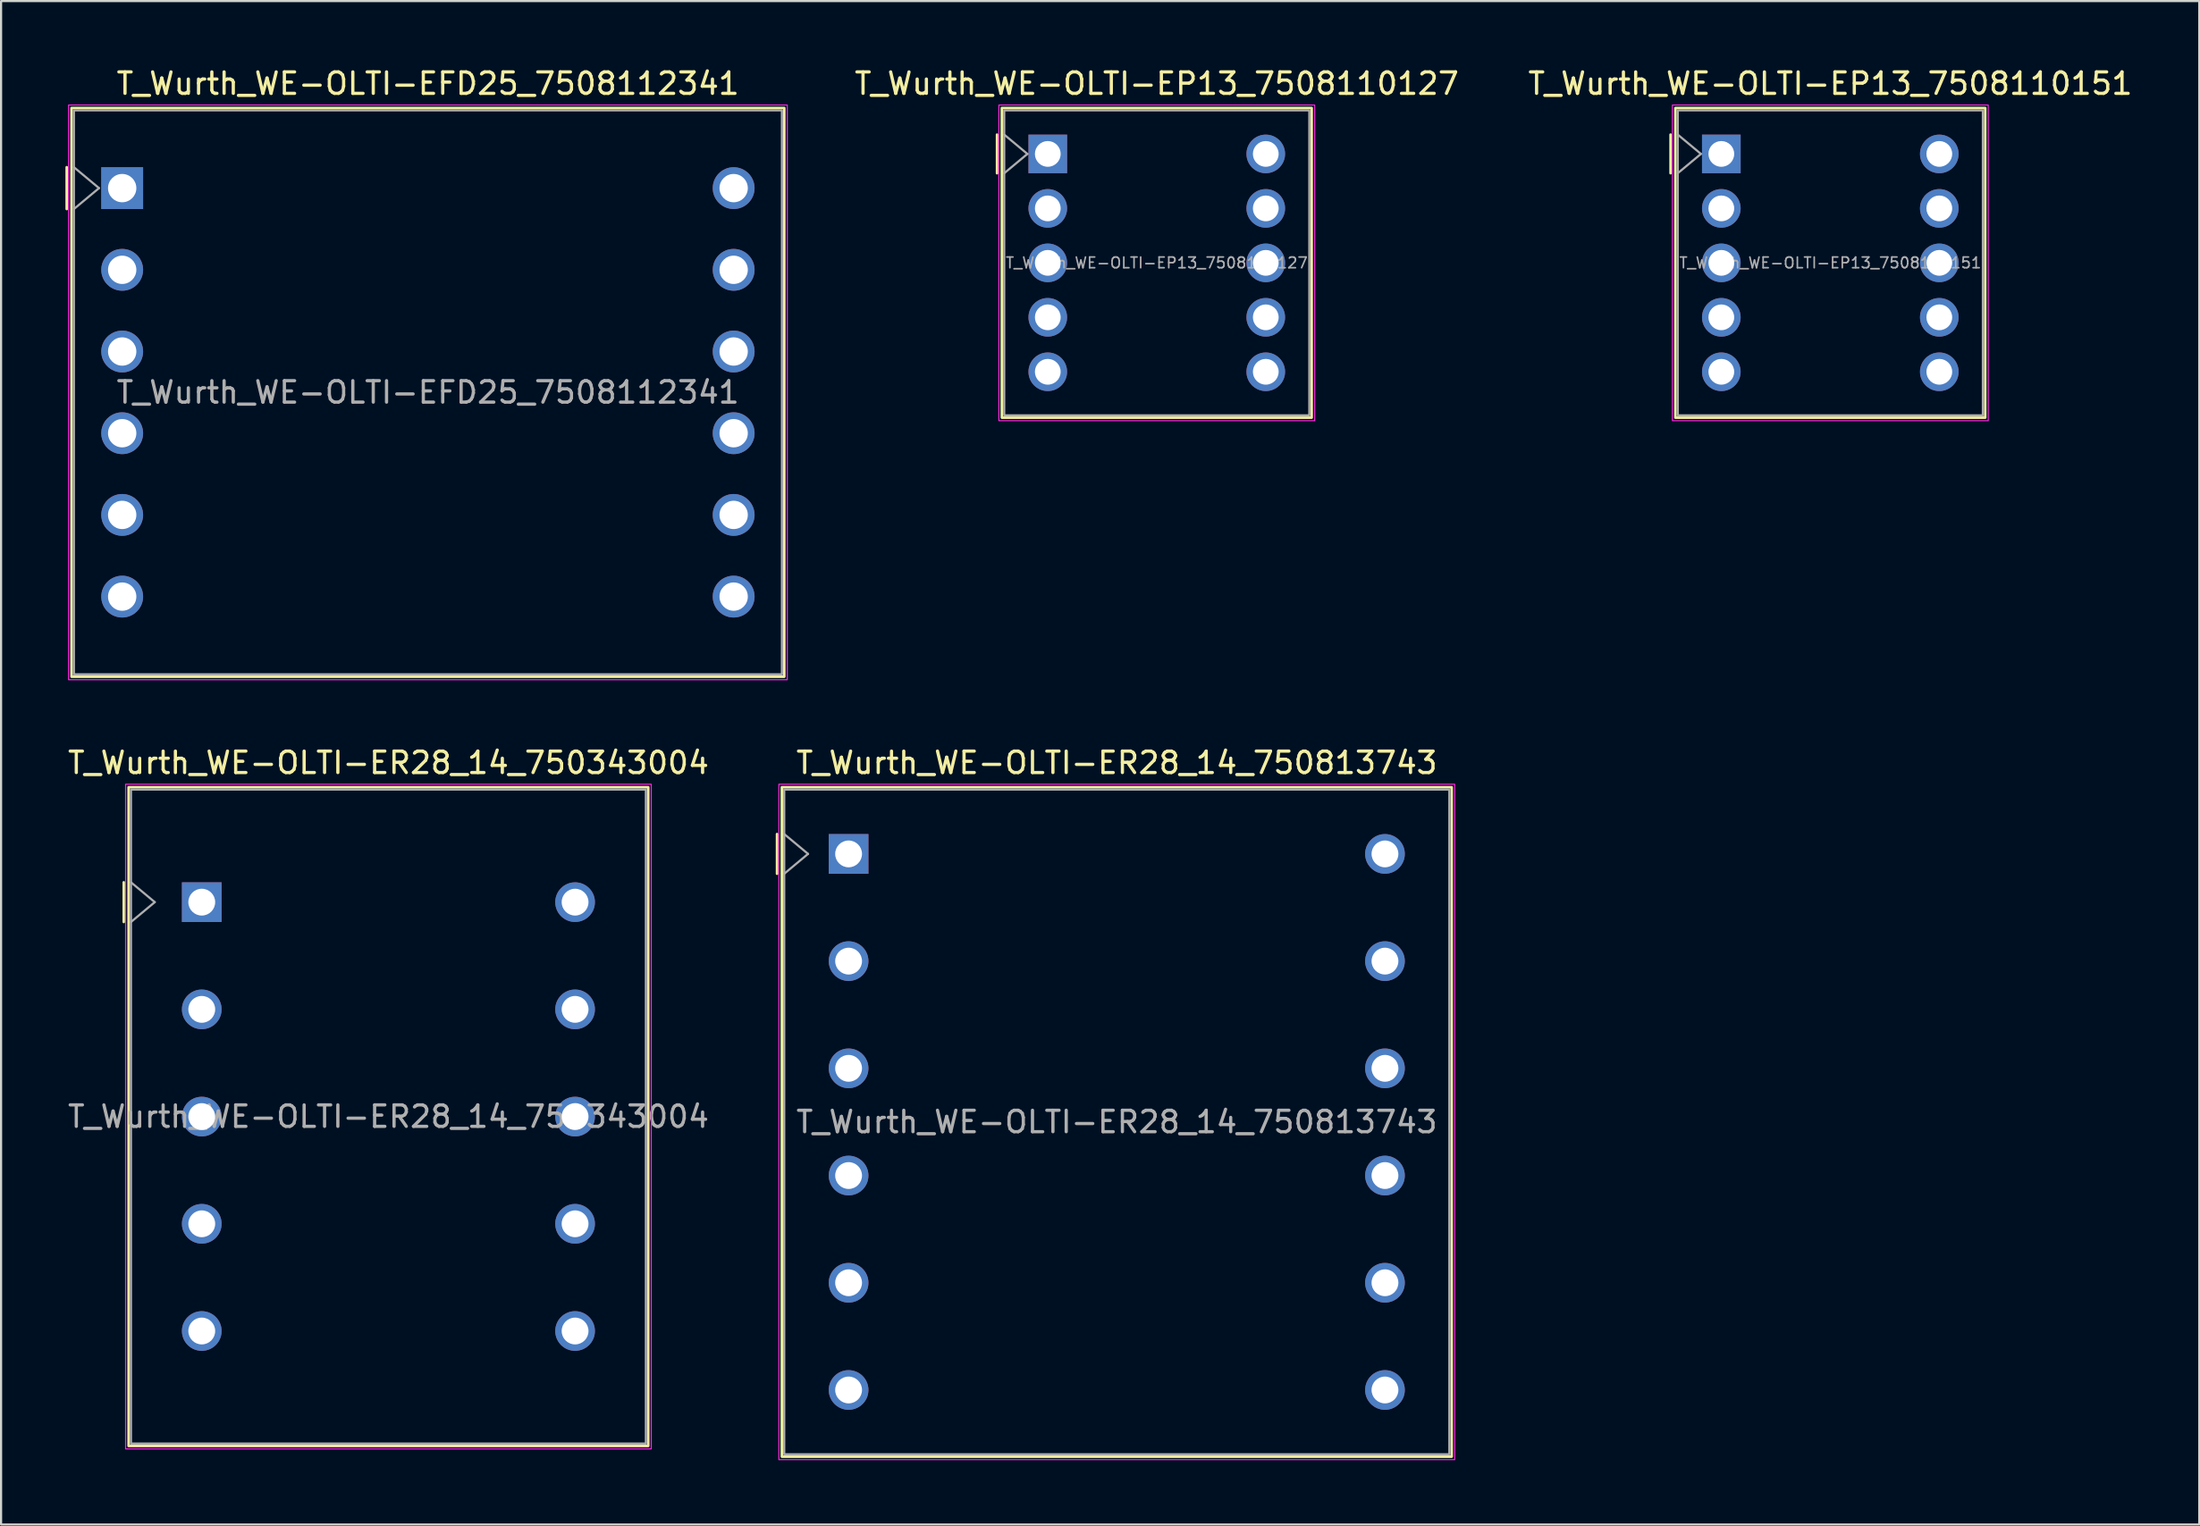
<source format=kicad_pcb>
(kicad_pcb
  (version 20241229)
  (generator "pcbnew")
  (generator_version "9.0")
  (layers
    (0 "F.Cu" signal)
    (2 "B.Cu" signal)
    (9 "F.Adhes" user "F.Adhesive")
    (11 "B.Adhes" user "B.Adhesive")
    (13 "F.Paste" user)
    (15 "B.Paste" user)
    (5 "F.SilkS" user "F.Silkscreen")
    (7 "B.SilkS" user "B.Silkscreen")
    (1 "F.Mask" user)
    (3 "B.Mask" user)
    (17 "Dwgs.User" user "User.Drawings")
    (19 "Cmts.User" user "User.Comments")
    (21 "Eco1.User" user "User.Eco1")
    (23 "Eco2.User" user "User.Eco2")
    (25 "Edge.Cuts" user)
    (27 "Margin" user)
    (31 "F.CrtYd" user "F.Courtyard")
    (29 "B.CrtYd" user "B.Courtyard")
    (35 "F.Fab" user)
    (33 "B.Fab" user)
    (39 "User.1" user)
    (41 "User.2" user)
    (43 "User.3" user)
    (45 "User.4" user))
  (footprint "T_Wurth_WE-OLTI-ER28_14_750343004"
    (layer "F.Cu")
    (at 6.354 39.022)
    (property "Reference" "T_Wurth_WE-OLTI-ER28_14_750343004" (at 8.7 -6.5 0) (unlocked yes) (layer "F.SilkS") (effects (font (size 1 1) (thickness 0.15))))
    (attr smd)
    (fp_line (start -3.635 -0.925) (end -3.635 0.925) (stroke (width 0.12) (type solid)) (layer "F.SilkS"))
    (fp_rect (start -3.41 -5.36) (end 20.81 25.36) (stroke (width 0.12) (type solid)) (fill no) (layer "F.SilkS"))
    (fp_rect (start -3.55 -5.5) (end 20.95 25.5) (stroke (width 0.05) (type solid)) (fill no) (layer "F.CrtYd"))
    (fp_line (start -3.3 -0.925) (end -2.19 0) (stroke (width 0.1) (type solid)) (layer "F.Fab"))
    (fp_line (start -3.3 0.925) (end -2.19 0) (stroke (width 0.1) (type solid)) (layer "F.Fab"))
    (fp_rect (start -3.3 -5.25) (end 20.7 25.25) (stroke (width 0.1) (type solid)) (fill no) (layer "F.Fab"))
    (fp_text user "${REFERENCE}" (at 8.7 10 0) (unlocked yes) (layer "F.Fab") (effects (font (size 1 1) (thickness 0.15))))
    (pad "1" thru_hole rect (at 0 0) (size 1.85 1.85) (drill 1.25) (layers "*.Cu" "*.Mask"))
    (pad "2" thru_hole circle (at 0 5) (size 1.85 1.85) (drill 1.25) (layers "*.Cu" "*.Mask"))
    (pad "3" thru_hole circle (at 0 10) (size 1.85 1.85) (drill 1.25) (layers "*.Cu" "*.Mask"))
    (pad "4" thru_hole circle (at 0 15) (size 1.85 1.85) (drill 1.25) (layers "*.Cu" "*.Mask"))
    (pad "5" thru_hole circle (at 0 20) (size 1.85 1.85) (drill 1.25) (layers "*.Cu" "*.Mask"))
    (pad "6" thru_hole circle (at 17.4 20) (size 1.85 1.85) (drill 1.25) (layers "*.Cu" "*.Mask"))
    (pad "7" thru_hole circle (at 17.4 15) (size 1.85 1.85) (drill 1.25) (layers "*.Cu" "*.Mask"))
    (pad "8" thru_hole circle (at 17.4 10) (size 1.85 1.85) (drill 1.25) (layers "*.Cu" "*.Mask"))
    (pad "9" thru_hole circle (at 17.4 5) (size 1.85 1.85) (drill 1.25) (layers "*.Cu" "*.Mask"))
    (pad "10" thru_hole circle (at 17.4 0) (size 1.85 1.85) (drill 1.25) (layers "*.Cu" "*.Mask")))
  (footprint "T_Wurth_WE-OLTI-EP13_7508110151"
    (layer "F.Cu")
    (at 77.179 4.128)
    (property "Reference" "T_Wurth_WE-OLTI-EP13_7508110151" (at 5.08 -3.28 0) (unlocked yes) (layer "F.SilkS") (effects (font (size 1 1) (thickness 0.15))))
    (attr smd)
    (fp_line (start -2.365 -0.9) (end -2.365 0.9) (stroke (width 0.12) (type solid)) (layer "F.SilkS"))
    (fp_rect (start -2.14 -2.14) (end 12.3 12.3) (stroke (width 0.12) (type solid)) (fill no) (layer "F.SilkS"))
    (fp_rect (start -2.28 -2.28) (end 12.44 12.44) (stroke (width 0.05) (type solid)) (fill no) (layer "F.CrtYd"))
    (fp_line (start -2.03 -0.9) (end -0.95 0) (stroke (width 0.1) (type solid)) (layer "F.Fab"))
    (fp_line (start -2.03 0.9) (end -0.95 0) (stroke (width 0.1) (type solid)) (layer "F.Fab"))
    (fp_rect (start -2.03 -2.03) (end 12.19 12.19) (stroke (width 0.1) (type solid)) (fill no) (layer "F.Fab"))
    (fp_text user "${REFERENCE}" (at 5.08 5.08 0) (unlocked yes) (layer "F.Fab") (effects (font (size 0.5 0.5) (thickness 0.075))))
    (pad "1" thru_hole rect (at 0 0) (size 1.8 1.8) (drill 1.2) (layers "*.Cu" "*.Mask"))
    (pad "2" thru_hole circle (at 0 2.54) (size 1.8 1.8) (drill 1.2) (layers "*.Cu" "*.Mask"))
    (pad "3" thru_hole circle (at 0 5.08) (size 1.8 1.8) (drill 1.2) (layers "*.Cu" "*.Mask"))
    (pad "4" thru_hole circle (at 0 7.62) (size 1.8 1.8) (drill 1.2) (layers "*.Cu" "*.Mask"))
    (pad "5" thru_hole circle (at 0 10.16) (size 1.8 1.8) (drill 1.2) (layers "*.Cu" "*.Mask"))
    (pad "6" thru_hole circle (at 10.16 0) (size 1.8 1.8) (drill 1.2) (layers "*.Cu" "*.Mask"))
    (pad "7" thru_hole circle (at 10.16 2.54) (size 1.8 1.8) (drill 1.2) (layers "*.Cu" "*.Mask"))
    (pad "8" thru_hole circle (at 10.16 5.08) (size 1.8 1.8) (drill 1.2) (layers "*.Cu" "*.Mask"))
    (pad "9" thru_hole circle (at 10.16 7.62) (size 1.8 1.8) (drill 1.2) (layers "*.Cu" "*.Mask"))
    (pad "10" thru_hole circle (at 10.16 10.16) (size 1.8 1.8) (drill 1.2) (layers "*.Cu" "*.Mask")))
  (footprint "T_Wurth_WE-OLTI-EP13_7508110127"
    (layer "F.Cu")
    (at 45.786 4.128)
    (property "Reference" "T_Wurth_WE-OLTI-EP13_7508110127" (at 5.08 -3.28 0) (unlocked yes) (layer "F.SilkS") (effects (font (size 1 1) (thickness 0.15))))
    (attr smd)
    (fp_line (start -2.365 -0.9) (end -2.365 0.9) (stroke (width 0.12) (type solid)) (layer "F.SilkS"))
    (fp_rect (start -2.14 -2.14) (end 12.3 12.3) (stroke (width 0.12) (type solid)) (fill no) (layer "F.SilkS"))
    (fp_rect (start -2.28 -2.28) (end 12.44 12.44) (stroke (width 0.05) (type solid)) (fill no) (layer "F.CrtYd"))
    (fp_line (start -2.03 -0.9) (end -0.95 0) (stroke (width 0.1) (type solid)) (layer "F.Fab"))
    (fp_line (start -2.03 0.9) (end -0.95 0) (stroke (width 0.1) (type solid)) (layer "F.Fab"))
    (fp_rect (start -2.03 -2.03) (end 12.19 12.19) (stroke (width 0.1) (type solid)) (fill no) (layer "F.Fab"))
    (fp_text user "${REFERENCE}" (at 5.08 5.08 0) (unlocked yes) (layer "F.Fab") (effects (font (size 0.5 0.5) (thickness 0.075))))
    (pad "1" thru_hole rect (at 0 0) (size 1.8 1.8) (drill 1.2) (layers "*.Cu" "*.Mask"))
    (pad "2" thru_hole circle (at 0 2.54) (size 1.8 1.8) (drill 1.2) (layers "*.Cu" "*.Mask"))
    (pad "3" thru_hole circle (at 0 5.08) (size 1.8 1.8) (drill 1.2) (layers "*.Cu" "*.Mask"))
    (pad "4" thru_hole circle (at 0 7.62) (size 1.8 1.8) (drill 1.2) (layers "*.Cu" "*.Mask"))
    (pad "5" thru_hole circle (at 0 10.16) (size 1.8 1.8) (drill 1.2) (layers "*.Cu" "*.Mask"))
    (pad "6" thru_hole circle (at 10.16 0) (size 1.8 1.8) (drill 1.2) (layers "*.Cu" "*.Mask"))
    (pad "7" thru_hole circle (at 10.16 2.54) (size 1.8 1.8) (drill 1.2) (layers "*.Cu" "*.Mask"))
    (pad "8" thru_hole circle (at 10.16 5.08) (size 1.8 1.8) (drill 1.2) (layers "*.Cu" "*.Mask"))
    (pad "9" thru_hole circle (at 10.16 7.62) (size 1.8 1.8) (drill 1.2) (layers "*.Cu" "*.Mask"))
    (pad "10" thru_hole circle (at 10.16 10.16) (size 1.8 1.8) (drill 1.2) (layers "*.Cu" "*.Mask")))
  (footprint "T_Wurth_WE-OLTI-ER28_14_750813743"
    (layer "F.Cu")
    (at 36.502 36.772)
    (property "Reference" "T_Wurth_WE-OLTI-ER28_14_750813743" (at 12.5 -4.25 0) (unlocked yes) (layer "F.SilkS") (effects (font (size 1 1) (thickness 0.15))))
    (attr smd)
    (fp_line (start -3.335 -0.925) (end -3.335 0.925) (stroke (width 0.12) (type solid)) (layer "F.SilkS"))
    (fp_rect (start -3.11 -3.11) (end 28.11 28.11) (stroke (width 0.12) (type solid)) (fill no) (layer "F.SilkS"))
    (fp_rect (start -3.25 -3.25) (end 28.25 28.25) (stroke (width 0.05) (type solid)) (fill no) (layer "F.CrtYd"))
    (fp_line (start -3 -0.925) (end -1.89 0) (stroke (width 0.1) (type solid)) (layer "F.Fab"))
    (fp_line (start -3 0.925) (end -1.89 0) (stroke (width 0.1) (type solid)) (layer "F.Fab"))
    (fp_rect (start -3 -3) (end 28 28) (stroke (width 0.1) (type solid)) (fill no) (layer "F.Fab"))
    (fp_text user "${REFERENCE}" (at 12.5 12.5 0) (unlocked yes) (layer "F.Fab") (effects (font (size 1 1) (thickness 0.15))))
    (pad "1" thru_hole rect (at 0 0) (size 1.85 1.85) (drill 1.25) (layers "*.Cu" "*.Mask"))
    (pad "2" thru_hole circle (at 0 5) (size 1.85 1.85) (drill 1.25) (layers "*.Cu" "*.Mask"))
    (pad "3" thru_hole circle (at 0 10) (size 1.85 1.85) (drill 1.25) (layers "*.Cu" "*.Mask"))
    (pad "4" thru_hole circle (at 0 15) (size 1.85 1.85) (drill 1.25) (layers "*.Cu" "*.Mask"))
    (pad "5" thru_hole circle (at 0 20) (size 1.85 1.85) (drill 1.25) (layers "*.Cu" "*.Mask"))
    (pad "6" thru_hole circle (at 0 25) (size 1.85 1.85) (drill 1.25) (layers "*.Cu" "*.Mask"))
    (pad "7" thru_hole circle (at 25 25) (size 1.85 1.85) (drill 1.25) (layers "*.Cu" "*.Mask"))
    (pad "8" thru_hole circle (at 25 20) (size 1.85 1.85) (drill 1.25) (layers "*.Cu" "*.Mask"))
    (pad "9" thru_hole circle (at 25 15) (size 1.85 1.85) (drill 1.25) (layers "*.Cu" "*.Mask"))
    (pad "10" thru_hole circle (at 25 10) (size 1.85 1.85) (drill 1.25) (layers "*.Cu" "*.Mask"))
    (pad "11" thru_hole circle (at 25 5) (size 1.85 1.85) (drill 1.25) (layers "*.Cu" "*.Mask"))
    (pad "12" thru_hole circle (at 25 0) (size 1.85 1.85) (drill 1.25) (layers "*.Cu" "*.Mask")))
  (footprint "T_Wurth_WE-OLTI-EFD25_7508112341"
    (layer "F.Cu")
    (at 2.645 5.723)
    (property "Reference" "T_Wurth_WE-OLTI-EFD25_7508112341" (at 14.25 -4.875 0) (unlocked yes) (layer "F.SilkS") (effects (font (size 1 1) (thickness 0.15))))
    (attr smd)
    (fp_line (start -2.585 -0.975) (end -2.585 0.975) (stroke (width 0.12) (type solid)) (layer "F.SilkS"))
    (fp_rect (start -2.36 -3.735) (end 30.86 22.785) (stroke (width 0.12) (type solid)) (fill no) (layer "F.SilkS"))
    (fp_rect (start -2.5 -3.875) (end 31 22.925) (stroke (width 0.05) (type solid)) (fill no) (layer "F.CrtYd"))
    (fp_line (start -2.25 -0.975) (end -1.08 0) (stroke (width 0.1) (type solid)) (layer "F.Fab"))
    (fp_line (start -2.25 0.975) (end -1.08 0) (stroke (width 0.1) (type solid)) (layer "F.Fab"))
    (fp_rect (start -2.25 -3.625) (end 30.75 22.675) (stroke (width 0.1) (type solid)) (fill no) (layer "F.Fab"))
    (fp_text user "${REFERENCE}" (at 14.25 9.525 0) (unlocked yes) (layer "F.Fab") (effects (font (size 1 1) (thickness 0.15))))
    (pad "1" thru_hole rect (at 0 0) (size 1.95 1.95) (drill 1.32) (layers "*.Cu" "*.Mask"))
    (pad "2" thru_hole circle (at 0 3.81) (size 1.95 1.95) (drill 1.32) (layers "*.Cu" "*.Mask"))
    (pad "3" thru_hole circle (at 0 7.62) (size 1.95 1.95) (drill 1.32) (layers "*.Cu" "*.Mask"))
    (pad "4" thru_hole circle (at 0 11.43) (size 1.95 1.95) (drill 1.32) (layers "*.Cu" "*.Mask"))
    (pad "5" thru_hole circle (at 0 15.24) (size 1.95 1.95) (drill 1.32) (layers "*.Cu" "*.Mask"))
    (pad "6" thru_hole circle (at 0 19.05) (size 1.95 1.95) (drill 1.32) (layers "*.Cu" "*.Mask"))
    (pad "7" thru_hole circle (at 28.5 19.05) (size 1.95 1.95) (drill 1.32) (layers "*.Cu" "*.Mask"))
    (pad "8" thru_hole circle (at 28.5 15.24) (size 1.95 1.95) (drill 1.32) (layers "*.Cu" "*.Mask"))
    (pad "9" thru_hole circle (at 28.5 11.43) (size 1.95 1.95) (drill 1.32) (layers "*.Cu" "*.Mask"))
    (pad "10" thru_hole circle (at 28.5 7.62) (size 1.95 1.95) (drill 1.32) (layers "*.Cu" "*.Mask"))
    (pad "11" thru_hole circle (at 28.5 3.81) (size 1.95 1.95) (drill 1.32) (layers "*.Cu" "*.Mask"))
    (pad "12" thru_hole circle (at 28.5 0) (size 1.95 1.95) (drill 1.32) (layers "*.Cu" "*.Mask")))
  (gr_rect
    (start -3 -3)
    (end 99.456 68.046)
    (stroke (width 0.1) (type default))
    (fill no)
    (layer "Edge.Cuts")))
</source>
